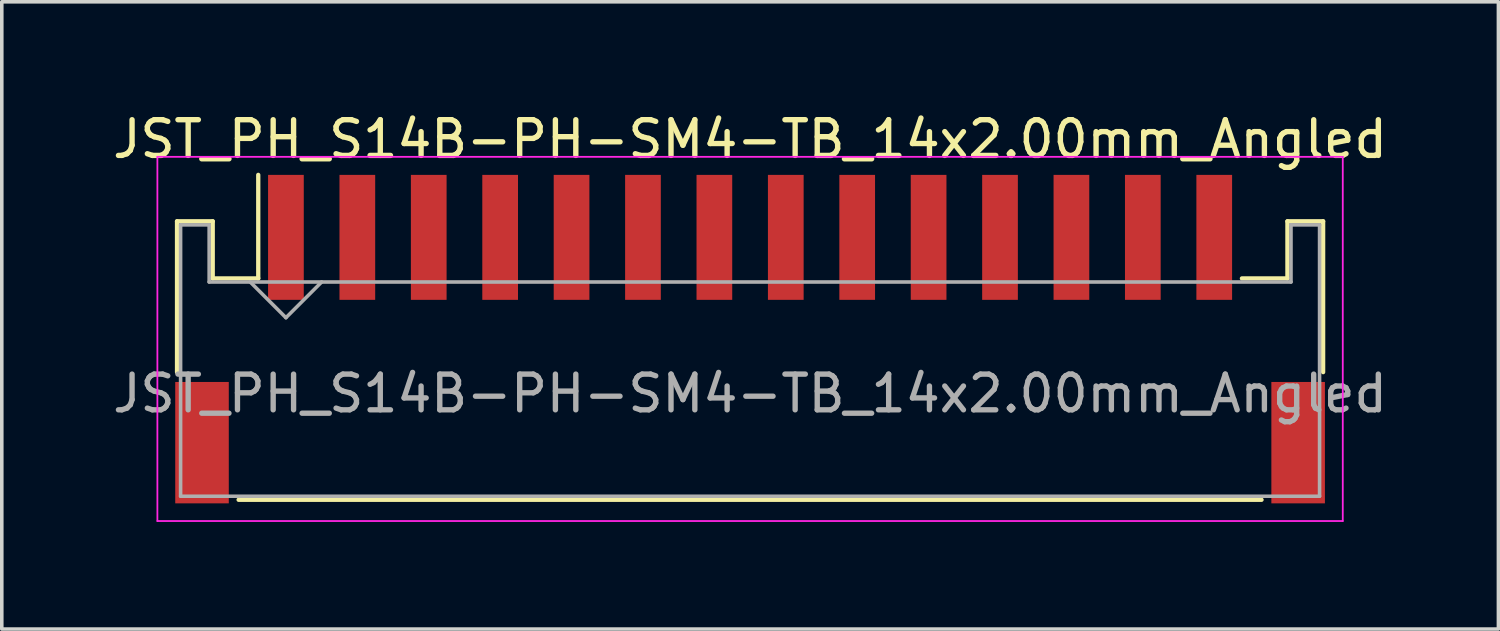
<source format=kicad_pcb>
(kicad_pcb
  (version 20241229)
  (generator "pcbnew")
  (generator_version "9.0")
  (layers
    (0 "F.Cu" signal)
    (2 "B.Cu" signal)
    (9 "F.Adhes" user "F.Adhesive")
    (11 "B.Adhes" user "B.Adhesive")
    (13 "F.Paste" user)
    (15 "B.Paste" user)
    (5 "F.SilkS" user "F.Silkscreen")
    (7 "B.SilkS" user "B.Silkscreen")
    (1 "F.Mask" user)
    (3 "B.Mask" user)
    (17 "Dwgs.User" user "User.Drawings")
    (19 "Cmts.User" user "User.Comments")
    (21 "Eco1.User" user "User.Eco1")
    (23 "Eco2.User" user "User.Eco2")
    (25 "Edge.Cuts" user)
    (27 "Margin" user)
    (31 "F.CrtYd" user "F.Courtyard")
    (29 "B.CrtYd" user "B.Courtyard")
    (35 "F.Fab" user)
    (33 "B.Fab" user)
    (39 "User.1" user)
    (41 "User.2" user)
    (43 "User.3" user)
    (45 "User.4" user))
  (footprint "JST_PH_S14B-PH-SM4-TB_14x2.00mm_Angled"
    (layer "F.Cu")
    (at 17.958 6.473)
    (property "Reference" "JST_PH_S14B-PH-SM4-TB_14x2.00mm_Angled" (at 0 -5.625 0) (layer "F.SilkS") (effects (font (size 1 1) (thickness 0.15))))
    (attr smd)
    (fp_line (start -16.05 -3.325) (end -16.05 0.9) (stroke (width 0.12) (type solid)) (layer "F.SilkS"))
    (fp_line (start -15.05 -3.325) (end -16.05 -3.325) (stroke (width 0.12) (type solid)) (layer "F.SilkS"))
    (fp_line (start -15.05 -1.725) (end -15.05 -3.325) (stroke (width 0.12) (type solid)) (layer "F.SilkS"))
    (fp_line (start -14.325 4.475) (end 14.325 4.475) (stroke (width 0.12) (type solid)) (layer "F.SilkS"))
    (fp_line (start -13.775 -1.725) (end -15.05 -1.725) (stroke (width 0.12) (type solid)) (layer "F.SilkS"))
    (fp_line (start -13.775 -1.725) (end -13.775 -4.625) (stroke (width 0.12) (type solid)) (layer "F.SilkS"))
    (fp_line (start 15.05 -3.325) (end 15.05 -1.725) (stroke (width 0.12) (type solid)) (layer "F.SilkS"))
    (fp_line (start 15.05 -1.725) (end 13.775 -1.725) (stroke (width 0.12) (type solid)) (layer "F.SilkS"))
    (fp_line (start 16.05 -3.325) (end 15.05 -3.325) (stroke (width 0.12) (type solid)) (layer "F.SilkS"))
    (fp_line (start 16.05 0.9) (end 16.05 -3.325) (stroke (width 0.12) (type solid)) (layer "F.SilkS"))
    (fp_line (start -16.6 -5.13) (end -16.6 5.07) (stroke (width 0.05) (type solid)) (layer "F.CrtYd"))
    (fp_line (start -16.6 5.07) (end 16.6 5.07) (stroke (width 0.05) (type solid)) (layer "F.CrtYd"))
    (fp_line (start 16.6 -5.13) (end -16.6 -5.13) (stroke (width 0.05) (type solid)) (layer "F.CrtYd"))
    (fp_line (start 16.6 5.07) (end 16.6 -5.13) (stroke (width 0.05) (type solid)) (layer "F.CrtYd"))
    (fp_line (start -15.95 -3.225) (end -15.95 4.375) (stroke (width 0.1) (type solid)) (layer "F.Fab"))
    (fp_line (start -15.95 4.375) (end 15.95 4.375) (stroke (width 0.1) (type solid)) (layer "F.Fab"))
    (fp_line (start -15.15 -3.225) (end -15.95 -3.225) (stroke (width 0.1) (type solid)) (layer "F.Fab"))
    (fp_line (start -15.15 -1.625) (end -15.15 -3.225) (stroke (width 0.1) (type solid)) (layer "F.Fab"))
    (fp_line (start -14 -1.625) (end -13 -0.625) (stroke (width 0.1) (type solid)) (layer "F.Fab"))
    (fp_line (start -13 -0.625) (end -12 -1.625) (stroke (width 0.1) (type solid)) (layer "F.Fab"))
    (fp_line (start 15.15 -3.225) (end 15.15 -1.625) (stroke (width 0.1) (type solid)) (layer "F.Fab"))
    (fp_line (start 15.15 -1.625) (end -15.15 -1.625) (stroke (width 0.1) (type solid)) (layer "F.Fab"))
    (fp_line (start 15.95 -3.225) (end 15.15 -3.225) (stroke (width 0.1) (type solid)) (layer "F.Fab"))
    (fp_line (start 15.95 4.375) (end 15.95 -3.225) (stroke (width 0.1) (type solid)) (layer "F.Fab"))
    (fp_text user "${REFERENCE}" (at 0 1.5 0) (layer "F.Fab") (effects (font (size 1 1) (thickness 0.15))))
    (pad "" smd rect (at -15.35 2.875) (size 1.5 3.4) (layers "F.Cu" "F.Mask" "F.Paste"))
    (pad "" smd rect (at 15.35 2.875) (size 1.5 3.4) (layers "F.Cu" "F.Mask" "F.Paste"))
    (pad "1" smd rect (at -13 -2.875) (size 1 3.5) (layers "F.Cu" "F.Mask" "F.Paste"))
    (pad "2" smd rect (at -11 -2.875) (size 1 3.5) (layers "F.Cu" "F.Mask" "F.Paste"))
    (pad "3" smd rect (at -9 -2.875) (size 1 3.5) (layers "F.Cu" "F.Mask" "F.Paste"))
    (pad "4" smd rect (at -7 -2.875) (size 1 3.5) (layers "F.Cu" "F.Mask" "F.Paste"))
    (pad "5" smd rect (at -5 -2.875) (size 1 3.5) (layers "F.Cu" "F.Mask" "F.Paste"))
    (pad "6" smd rect (at -3 -2.875) (size 1 3.5) (layers "F.Cu" "F.Mask" "F.Paste"))
    (pad "7" smd rect (at -1 -2.875) (size 1 3.5) (layers "F.Cu" "F.Mask" "F.Paste"))
    (pad "8" smd rect (at 1 -2.875) (size 1 3.5) (layers "F.Cu" "F.Mask" "F.Paste"))
    (pad "9" smd rect (at 3 -2.875) (size 1 3.5) (layers "F.Cu" "F.Mask" "F.Paste"))
    (pad "10" smd rect (at 5 -2.875) (size 1 3.5) (layers "F.Cu" "F.Mask" "F.Paste"))
    (pad "11" smd rect (at 7 -2.875) (size 1 3.5) (layers "F.Cu" "F.Mask" "F.Paste"))
    (pad "12" smd rect (at 9 -2.875) (size 1 3.5) (layers "F.Cu" "F.Mask" "F.Paste"))
    (pad "13" smd rect (at 11 -2.875) (size 1 3.5) (layers "F.Cu" "F.Mask" "F.Paste"))
    (pad "14" smd rect (at 13 -2.875) (size 1 3.5) (layers "F.Cu" "F.Mask" "F.Paste")))
  (gr_rect
    (start -3 -3)
    (end 38.917 14.568)
    (stroke (width 0.1) (type default))
    (fill no)
    (layer "Edge.Cuts")))
</source>
